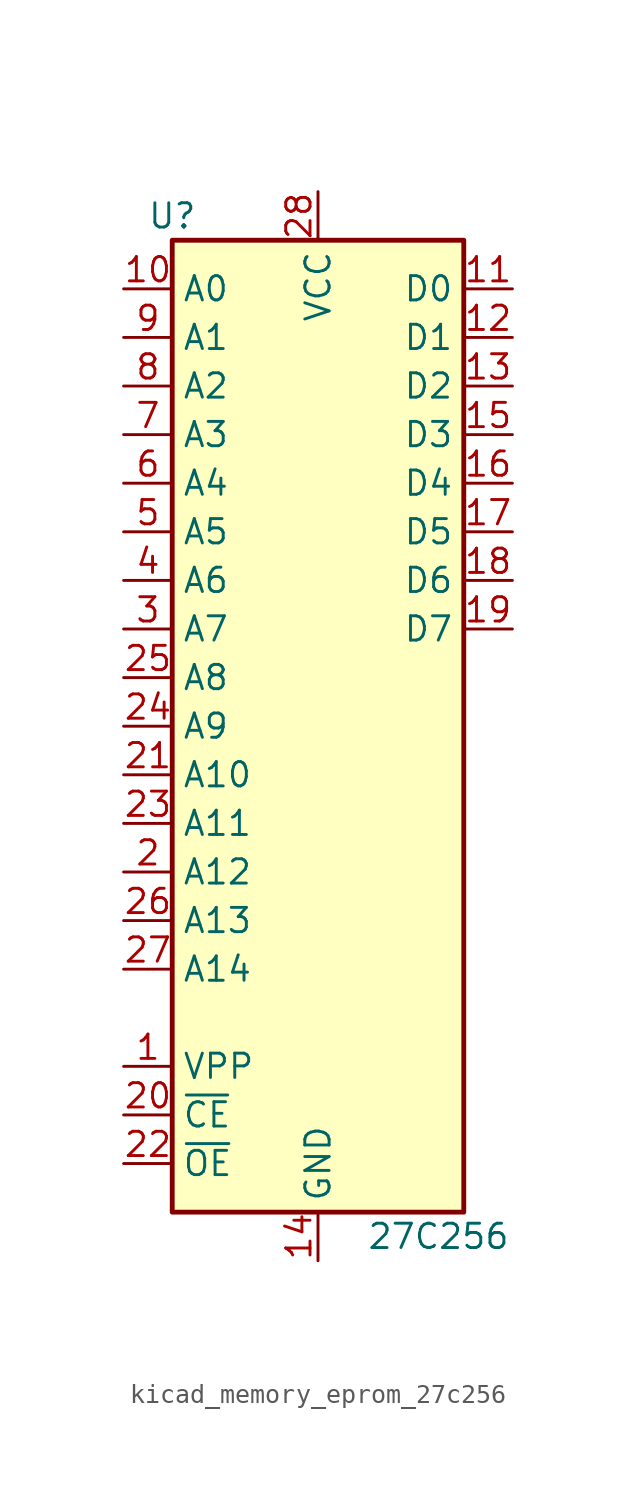
<source format=kicad_sym>
(kicad_symbol_lib
  (version 20220914)
  (generator kicad_symbol_editor)
  (symbol "kicad_memory_eprom_27c256"
    (property "Reference" "U"
      (at -7.62 26.67 0)
      (effects (font (size 1.27 1.27))))
    (property "Value" "27C256"
      (at 2.54 -26.67 0)
      (effects (font (size 1.27 1.27)) (justify left)))
    (symbol "kicad_memory_eprom_27c256_1_1"
      (rectangle (start -7.62 25.4) (end 7.62 -25.4) (stroke (width 0.254) (type default)) (fill (type background)))
      (pin input line (at -10.16 -17.78 0) (length 2.54) (name "VPP" (effects (font (size 1.27 1.27)))) (number "1" (effects (font (size 1.27 1.27)))))
      (pin input line (at -10.16 22.86 0) (length 2.54) (name "A0" (effects (font (size 1.27 1.27)))) (number "10" (effects (font (size 1.27 1.27)))))
      (pin tri_state line (at 10.16 22.86 180) (length 2.54) (name "D0" (effects (font (size 1.27 1.27)))) (number "11" (effects (font (size 1.27 1.27)))))
      (pin tri_state line (at 10.16 20.32 180) (length 2.54) (name "D1" (effects (font (size 1.27 1.27)))) (number "12" (effects (font (size 1.27 1.27)))))
      (pin tri_state line (at 10.16 17.78 180) (length 2.54) (name "D2" (effects (font (size 1.27 1.27)))) (number "13" (effects (font (size 1.27 1.27)))))
      (pin power_in line (at 0 -27.94 90) (length 2.54) (name "GND" (effects (font (size 1.27 1.27)))) (number "14" (effects (font (size 1.27 1.27)))))
      (pin tri_state line (at 10.16 15.24 180) (length 2.54) (name "D3" (effects (font (size 1.27 1.27)))) (number "15" (effects (font (size 1.27 1.27)))))
      (pin tri_state line (at 10.16 12.7 180) (length 2.54) (name "D4" (effects (font (size 1.27 1.27)))) (number "16" (effects (font (size 1.27 1.27)))))
      (pin tri_state line (at 10.16 10.16 180) (length 2.54) (name "D5" (effects (font (size 1.27 1.27)))) (number "17" (effects (font (size 1.27 1.27)))))
      (pin tri_state line (at 10.16 7.62 180) (length 2.54) (name "D6" (effects (font (size 1.27 1.27)))) (number "18" (effects (font (size 1.27 1.27)))))
      (pin tri_state line (at 10.16 5.08 180) (length 2.54) (name "D7" (effects (font (size 1.27 1.27)))) (number "19" (effects (font (size 1.27 1.27)))))
      (pin input line (at -10.16 -7.62 0) (length 2.54) (name "A12" (effects (font (size 1.27 1.27)))) (number "2" (effects (font (size 1.27 1.27)))))
      (pin input line (at -10.16 -20.32 0) (length 2.54) (name "~{CE}" (effects (font (size 1.27 1.27)))) (number "20" (effects (font (size 1.27 1.27)))))
      (pin input line (at -10.16 -2.54 0) (length 2.54) (name "A10" (effects (font (size 1.27 1.27)))) (number "21" (effects (font (size 1.27 1.27)))))
      (pin input line (at -10.16 -22.86 0) (length 2.54) (name "~{OE}" (effects (font (size 1.27 1.27)))) (number "22" (effects (font (size 1.27 1.27)))))
      (pin input line (at -10.16 -5.08 0) (length 2.54) (name "A11" (effects (font (size 1.27 1.27)))) (number "23" (effects (font (size 1.27 1.27)))))
      (pin input line (at -10.16 0 0) (length 2.54) (name "A9" (effects (font (size 1.27 1.27)))) (number "24" (effects (font (size 1.27 1.27)))))
      (pin input line (at -10.16 2.54 0) (length 2.54) (name "A8" (effects (font (size 1.27 1.27)))) (number "25" (effects (font (size 1.27 1.27)))))
      (pin input line (at -10.16 -10.16 0) (length 2.54) (name "A13" (effects (font (size 1.27 1.27)))) (number "26" (effects (font (size 1.27 1.27)))))
      (pin input line (at -10.16 -12.7 0) (length 2.54) (name "A14" (effects (font (size 1.27 1.27)))) (number "27" (effects (font (size 1.27 1.27)))))
      (pin power_in line (at 0 27.94 270) (length 2.54) (name "VCC" (effects (font (size 1.27 1.27)))) (number "28" (effects (font (size 1.27 1.27)))))
      (pin input line (at -10.16 5.08 0) (length 2.54) (name "A7" (effects (font (size 1.27 1.27)))) (number "3" (effects (font (size 1.27 1.27)))))
      (pin input line (at -10.16 7.62 0) (length 2.54) (name "A6" (effects (font (size 1.27 1.27)))) (number "4" (effects (font (size 1.27 1.27)))))
      (pin input line (at -10.16 10.16 0) (length 2.54) (name "A5" (effects (font (size 1.27 1.27)))) (number "5" (effects (font (size 1.27 1.27)))))
      (pin input line (at -10.16 12.7 0) (length 2.54) (name "A4" (effects (font (size 1.27 1.27)))) (number "6" (effects (font (size 1.27 1.27)))))
      (pin input line (at -10.16 15.24 0) (length 2.54) (name "A3" (effects (font (size 1.27 1.27)))) (number "7" (effects (font (size 1.27 1.27)))))
      (pin input line (at -10.16 17.78 0) (length 2.54) (name "A2" (effects (font (size 1.27 1.27)))) (number "8" (effects (font (size 1.27 1.27)))))
      (pin input line (at -10.16 20.32 0) (length 2.54) (name "A1" (effects (font (size 1.27 1.27)))) (number "9" (effects (font (size 1.27 1.27))))))))
</source>
